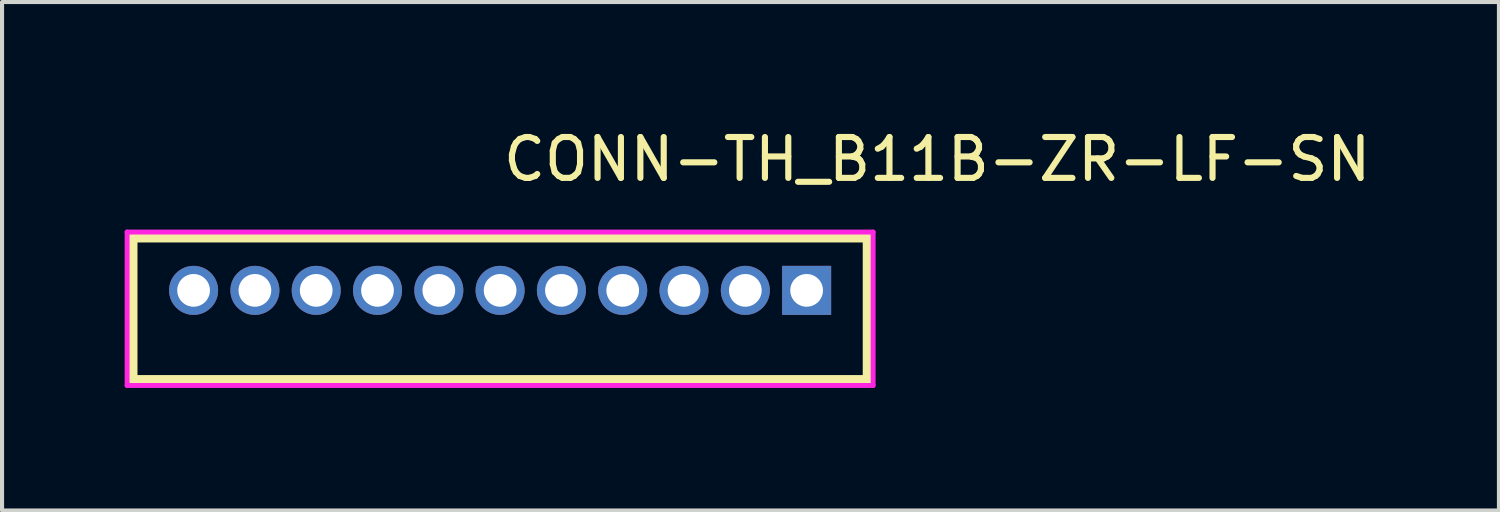
<source format=kicad_pcb>
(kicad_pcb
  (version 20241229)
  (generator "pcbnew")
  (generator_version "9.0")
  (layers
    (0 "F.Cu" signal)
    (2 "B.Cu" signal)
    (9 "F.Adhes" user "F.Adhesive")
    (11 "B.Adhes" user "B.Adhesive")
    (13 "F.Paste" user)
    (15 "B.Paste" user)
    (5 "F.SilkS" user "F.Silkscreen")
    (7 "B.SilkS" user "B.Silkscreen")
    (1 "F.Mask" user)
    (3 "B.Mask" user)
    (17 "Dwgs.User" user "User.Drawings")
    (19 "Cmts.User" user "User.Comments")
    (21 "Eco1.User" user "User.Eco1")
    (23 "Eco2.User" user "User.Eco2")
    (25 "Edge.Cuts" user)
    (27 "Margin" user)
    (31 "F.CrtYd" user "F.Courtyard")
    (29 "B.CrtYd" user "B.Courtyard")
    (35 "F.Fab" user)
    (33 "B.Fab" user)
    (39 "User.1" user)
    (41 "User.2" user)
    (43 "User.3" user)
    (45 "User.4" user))
  (footprint "CONN-TH_B11B-ZR-LF-SN"
    (layer "F.Cu")
    (at 9.187 4.055)
    (property "Reference" "CONN-TH_B11B-ZR-LF-SN" (at 0 -3.207 0) (layer "F.SilkS") (effects (font (size 1 1) (thickness 0.15)) (justify left)))
    (attr through_hole)
    (fp_line (start -9 -1.3) (end 9 -1.3) (stroke (width 0.254) (type solid)) (layer "F.SilkS"))
    (fp_line (start -9 2.2) (end -9 -1.3) (stroke (width 0.254) (type solid)) (layer "F.SilkS"))
    (fp_line (start -9 2.2) (end 9 2.2) (stroke (width 0.254) (type solid)) (layer "F.SilkS"))
    (fp_line (start 9 2.2) (end 9 -1.3) (stroke (width 0.254) (type solid)) (layer "F.SilkS"))
    (fp_circle (center -7.5 0) (end -7.35 0) (stroke (width 0.3) (type solid)) (fill no) (layer "Eco2.User"))
    (fp_circle (center -6 0) (end -5.85 0) (stroke (width 0.3) (type solid)) (fill no) (layer "Eco2.User"))
    (fp_circle (center -4.5 0) (end -4.35 0) (stroke (width 0.3) (type solid)) (fill no) (layer "Eco2.User"))
    (fp_circle (center -3 0) (end -2.85 0) (stroke (width 0.3) (type solid)) (fill no) (layer "Eco2.User"))
    (fp_circle (center -1.5 0) (end -1.35 0) (stroke (width 0.3) (type solid)) (fill no) (layer "Eco2.User"))
    (fp_circle (center 0 0) (end 0.15 0) (stroke (width 0.3) (type solid)) (fill no) (layer "Eco2.User"))
    (fp_circle (center 1.5 0) (end 1.65 0) (stroke (width 0.3) (type solid)) (fill no) (layer "Eco2.User"))
    (fp_circle (center 3 0) (end 3.15 0) (stroke (width 0.3) (type solid)) (fill no) (layer "Eco2.User"))
    (fp_circle (center 4.5 0) (end 4.65 0) (stroke (width 0.3) (type solid)) (fill no) (layer "Eco2.User"))
    (fp_circle (center 6 0) (end 6.15 0) (stroke (width 0.3) (type solid)) (fill no) (layer "Eco2.User"))
    (fp_circle (center 7.5 0) (end 7.65 0) (stroke (width 0.3) (type solid)) (fill no) (layer "Eco2.User"))
    (fp_circle (center 9.127 -1.427) (end 9.157 -1.427) (stroke (width 0.06) (type solid)) (fill no) (layer "Eco2.User"))
    (fp_line (start -9.127 -1.427) (end 9.127 -1.427) (stroke (width 0.12) (type solid)) (layer "F.CrtYd"))
    (fp_line (start -9.127 2.327) (end -9.127 -1.427) (stroke (width 0.12) (type solid)) (layer "F.CrtYd"))
    (fp_line (start 9.127 -1.427) (end 9.127 2.327) (stroke (width 0.12) (type solid)) (layer "F.CrtYd"))
    (fp_line (start 9.127 2.327) (end -9.127 2.327) (stroke (width 0.12) (type solid)) (layer "F.CrtYd"))
    (pad "1" thru_hole rect (at 7.5 0) (size 1.2 1.2) (drill 0.8) (layers "*.Cu" "*.Mask"))
    (pad "2" thru_hole circle (at 6 0) (size 1.2 1.2) (drill 0.8) (layers "*.Cu" "*.Mask"))
    (pad "3" thru_hole circle (at 4.5 0) (size 1.2 1.2) (drill 0.8) (layers "*.Cu" "*.Mask"))
    (pad "4" thru_hole circle (at 3 0) (size 1.2 1.2) (drill 0.8) (layers "*.Cu" "*.Mask"))
    (pad "5" thru_hole circle (at 1.5 0) (size 1.2 1.2) (drill 0.8) (layers "*.Cu" "*.Mask"))
    (pad "6" thru_hole circle (at 0 0) (size 1.2 1.2) (drill 0.8) (layers "*.Cu" "*.Mask"))
    (pad "7" thru_hole circle (at -1.5 0) (size 1.2 1.2) (drill 0.8) (layers "*.Cu" "*.Mask"))
    (pad "8" thru_hole circle (at -3 0) (size 1.2 1.2) (drill 0.8) (layers "*.Cu" "*.Mask"))
    (pad "9" thru_hole circle (at -4.5 0) (size 1.2 1.2) (drill 0.8) (layers "*.Cu" "*.Mask"))
    (pad "10" thru_hole circle (at -6 0) (size 1.2 1.2) (drill 0.8) (layers "*.Cu" "*.Mask"))
    (pad "11" thru_hole circle (at -7.5 0) (size 1.2 1.2) (drill 0.8) (layers "*.Cu" "*.Mask")))
  (gr_rect
    (start -3 -3)
    (end 33.627 9.442)
    (stroke (width 0.1) (type default))
    (fill no)
    (layer "Edge.Cuts")))
</source>
